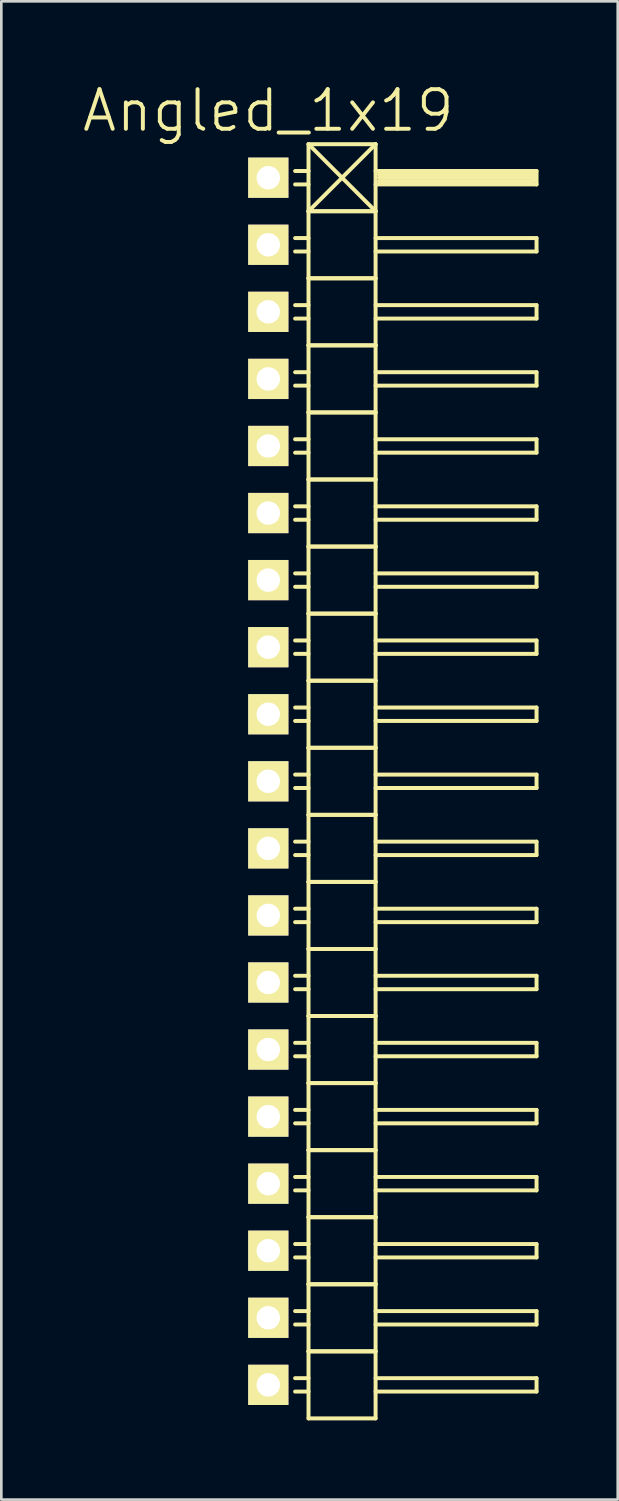
<source format=kicad_pcb>
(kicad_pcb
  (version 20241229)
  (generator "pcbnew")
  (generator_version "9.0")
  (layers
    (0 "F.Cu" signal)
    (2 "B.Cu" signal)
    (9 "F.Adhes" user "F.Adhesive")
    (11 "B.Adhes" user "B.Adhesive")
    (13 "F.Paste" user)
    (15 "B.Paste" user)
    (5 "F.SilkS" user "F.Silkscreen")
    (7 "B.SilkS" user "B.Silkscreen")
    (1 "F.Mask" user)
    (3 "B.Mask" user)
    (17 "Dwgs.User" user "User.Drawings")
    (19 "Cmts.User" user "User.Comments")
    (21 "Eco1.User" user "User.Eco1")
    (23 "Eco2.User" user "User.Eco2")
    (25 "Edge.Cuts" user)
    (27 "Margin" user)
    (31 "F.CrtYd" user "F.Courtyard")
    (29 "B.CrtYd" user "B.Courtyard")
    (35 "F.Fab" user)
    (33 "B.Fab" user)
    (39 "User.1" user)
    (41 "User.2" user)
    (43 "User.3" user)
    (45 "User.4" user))
  (footprint "Angled_1x19"
    (layer "F.Cu")
    (at 7.111 26.541)
    (property "Reference" "Angled_1x19" (at 0 -25.4 0) (layer "F.SilkS") (effects (font (size 1.5 1.5) (thickness 0.15))))
    (attr through_hole)
    (fp_line (start 1.524 -24.13) (end 1.524 -21.59) (stroke (width 0.15) (type solid)) (layer "F.SilkS"))
    (fp_line (start 1.524 -24.13) (end 4.064 -24.13) (stroke (width 0.15) (type solid)) (layer "F.SilkS"))
    (fp_line (start 1.524 -23.114) (end 1.016 -23.114) (stroke (width 0.15) (type solid)) (layer "F.SilkS"))
    (fp_line (start 1.524 -22.606) (end 1.016 -22.606) (stroke (width 0.15) (type solid)) (layer "F.SilkS"))
    (fp_line (start 1.524 -21.59) (end 1.524 -19.05) (stroke (width 0.15) (type solid)) (layer "F.SilkS"))
    (fp_line (start 1.524 -21.59) (end 4.064 -21.59) (stroke (width 0.15) (type solid)) (layer "F.SilkS"))
    (fp_line (start 1.524 -21.59) (end 4.064 -21.59) (stroke (width 0.15) (type solid)) (layer "F.SilkS"))
    (fp_line (start 1.524 -20.574) (end 1.016 -20.574) (stroke (width 0.15) (type solid)) (layer "F.SilkS"))
    (fp_line (start 1.524 -20.066) (end 1.016 -20.066) (stroke (width 0.15) (type solid)) (layer "F.SilkS"))
    (fp_line (start 1.524 -19.05) (end 1.524 -16.51) (stroke (width 0.15) (type solid)) (layer "F.SilkS"))
    (fp_line (start 1.524 -19.05) (end 4.064 -19.05) (stroke (width 0.15) (type solid)) (layer "F.SilkS"))
    (fp_line (start 1.524 -19.05) (end 4.064 -19.05) (stroke (width 0.15) (type solid)) (layer "F.SilkS"))
    (fp_line (start 1.524 -18.034) (end 1.016 -18.034) (stroke (width 0.15) (type solid)) (layer "F.SilkS"))
    (fp_line (start 1.524 -17.526) (end 1.016 -17.526) (stroke (width 0.15) (type solid)) (layer "F.SilkS"))
    (fp_line (start 1.524 -16.51) (end 1.524 -13.97) (stroke (width 0.15) (type solid)) (layer "F.SilkS"))
    (fp_line (start 1.524 -16.51) (end 4.064 -16.51) (stroke (width 0.15) (type solid)) (layer "F.SilkS"))
    (fp_line (start 1.524 -16.51) (end 4.064 -16.51) (stroke (width 0.15) (type solid)) (layer "F.SilkS"))
    (fp_line (start 1.524 -15.494) (end 1.016 -15.494) (stroke (width 0.15) (type solid)) (layer "F.SilkS"))
    (fp_line (start 1.524 -14.986) (end 1.016 -14.986) (stroke (width 0.15) (type solid)) (layer "F.SilkS"))
    (fp_line (start 1.524 -13.97) (end 1.524 -11.43) (stroke (width 0.15) (type solid)) (layer "F.SilkS"))
    (fp_line (start 1.524 -13.97) (end 4.064 -13.97) (stroke (width 0.15) (type solid)) (layer "F.SilkS"))
    (fp_line (start 1.524 -13.97) (end 4.064 -13.97) (stroke (width 0.15) (type solid)) (layer "F.SilkS"))
    (fp_line (start 1.524 -12.954) (end 1.016 -12.954) (stroke (width 0.15) (type solid)) (layer "F.SilkS"))
    (fp_line (start 1.524 -12.446) (end 1.016 -12.446) (stroke (width 0.15) (type solid)) (layer "F.SilkS"))
    (fp_line (start 1.524 -11.43) (end 1.524 -8.89) (stroke (width 0.15) (type solid)) (layer "F.SilkS"))
    (fp_line (start 1.524 -11.43) (end 4.064 -11.43) (stroke (width 0.15) (type solid)) (layer "F.SilkS"))
    (fp_line (start 1.524 -11.43) (end 4.064 -11.43) (stroke (width 0.15) (type solid)) (layer "F.SilkS"))
    (fp_line (start 1.524 -10.414) (end 1.016 -10.414) (stroke (width 0.15) (type solid)) (layer "F.SilkS"))
    (fp_line (start 1.524 -9.906) (end 1.016 -9.906) (stroke (width 0.15) (type solid)) (layer "F.SilkS"))
    (fp_line (start 1.524 -8.89) (end 1.524 -6.35) (stroke (width 0.15) (type solid)) (layer "F.SilkS"))
    (fp_line (start 1.524 -8.89) (end 4.064 -8.89) (stroke (width 0.15) (type solid)) (layer "F.SilkS"))
    (fp_line (start 1.524 -8.89) (end 4.064 -8.89) (stroke (width 0.15) (type solid)) (layer "F.SilkS"))
    (fp_line (start 1.524 -7.874) (end 1.016 -7.874) (stroke (width 0.15) (type solid)) (layer "F.SilkS"))
    (fp_line (start 1.524 -7.366) (end 1.016 -7.366) (stroke (width 0.15) (type solid)) (layer "F.SilkS"))
    (fp_line (start 1.524 -6.35) (end 1.524 -3.81) (stroke (width 0.15) (type solid)) (layer "F.SilkS"))
    (fp_line (start 1.524 -6.35) (end 4.064 -6.35) (stroke (width 0.15) (type solid)) (layer "F.SilkS"))
    (fp_line (start 1.524 -6.35) (end 4.064 -6.35) (stroke (width 0.15) (type solid)) (layer "F.SilkS"))
    (fp_line (start 1.524 -5.334) (end 1.016 -5.334) (stroke (width 0.15) (type solid)) (layer "F.SilkS"))
    (fp_line (start 1.524 -4.826) (end 1.016 -4.826) (stroke (width 0.15) (type solid)) (layer "F.SilkS"))
    (fp_line (start 1.524 -3.81) (end 1.524 -1.27) (stroke (width 0.15) (type solid)) (layer "F.SilkS"))
    (fp_line (start 1.524 -3.81) (end 4.064 -3.81) (stroke (width 0.15) (type solid)) (layer "F.SilkS"))
    (fp_line (start 1.524 -3.81) (end 4.064 -3.81) (stroke (width 0.15) (type solid)) (layer "F.SilkS"))
    (fp_line (start 1.524 -2.794) (end 1.016 -2.794) (stroke (width 0.15) (type solid)) (layer "F.SilkS"))
    (fp_line (start 1.524 -2.286) (end 1.016 -2.286) (stroke (width 0.15) (type solid)) (layer "F.SilkS"))
    (fp_line (start 1.524 -1.27) (end 1.524 1.27) (stroke (width 0.15) (type solid)) (layer "F.SilkS"))
    (fp_line (start 1.524 -1.27) (end 4.064 -1.27) (stroke (width 0.15) (type solid)) (layer "F.SilkS"))
    (fp_line (start 1.524 -1.27) (end 4.064 -1.27) (stroke (width 0.15) (type solid)) (layer "F.SilkS"))
    (fp_line (start 1.524 -0.254) (end 1.016 -0.254) (stroke (width 0.15) (type solid)) (layer "F.SilkS"))
    (fp_line (start 1.524 0.254) (end 1.016 0.254) (stroke (width 0.15) (type solid)) (layer "F.SilkS"))
    (fp_line (start 1.524 1.27) (end 1.524 3.81) (stroke (width 0.15) (type solid)) (layer "F.SilkS"))
    (fp_line (start 1.524 1.27) (end 4.064 1.27) (stroke (width 0.15) (type solid)) (layer "F.SilkS"))
    (fp_line (start 1.524 1.27) (end 4.064 1.27) (stroke (width 0.15) (type solid)) (layer "F.SilkS"))
    (fp_line (start 1.524 2.286) (end 1.016 2.286) (stroke (width 0.15) (type solid)) (layer "F.SilkS"))
    (fp_line (start 1.524 2.794) (end 1.016 2.794) (stroke (width 0.15) (type solid)) (layer "F.SilkS"))
    (fp_line (start 1.524 3.81) (end 1.524 6.35) (stroke (width 0.15) (type solid)) (layer "F.SilkS"))
    (fp_line (start 1.524 3.81) (end 4.064 3.81) (stroke (width 0.15) (type solid)) (layer "F.SilkS"))
    (fp_line (start 1.524 3.81) (end 4.064 3.81) (stroke (width 0.15) (type solid)) (layer "F.SilkS"))
    (fp_line (start 1.524 4.826) (end 1.016 4.826) (stroke (width 0.15) (type solid)) (layer "F.SilkS"))
    (fp_line (start 1.524 5.334) (end 1.016 5.334) (stroke (width 0.15) (type solid)) (layer "F.SilkS"))
    (fp_line (start 1.524 6.35) (end 1.524 8.89) (stroke (width 0.15) (type solid)) (layer "F.SilkS"))
    (fp_line (start 1.524 6.35) (end 4.064 6.35) (stroke (width 0.15) (type solid)) (layer "F.SilkS"))
    (fp_line (start 1.524 6.35) (end 4.064 6.35) (stroke (width 0.15) (type solid)) (layer "F.SilkS"))
    (fp_line (start 1.524 7.366) (end 1.016 7.366) (stroke (width 0.15) (type solid)) (layer "F.SilkS"))
    (fp_line (start 1.524 7.874) (end 1.016 7.874) (stroke (width 0.15) (type solid)) (layer "F.SilkS"))
    (fp_line (start 1.524 8.89) (end 1.524 11.43) (stroke (width 0.15) (type solid)) (layer "F.SilkS"))
    (fp_line (start 1.524 8.89) (end 4.064 8.89) (stroke (width 0.15) (type solid)) (layer "F.SilkS"))
    (fp_line (start 1.524 8.89) (end 4.064 8.89) (stroke (width 0.15) (type solid)) (layer "F.SilkS"))
    (fp_line (start 1.524 9.906) (end 1.016 9.906) (stroke (width 0.15) (type solid)) (layer "F.SilkS"))
    (fp_line (start 1.524 10.414) (end 1.016 10.414) (stroke (width 0.15) (type solid)) (layer "F.SilkS"))
    (fp_line (start 1.524 11.43) (end 1.524 13.97) (stroke (width 0.15) (type solid)) (layer "F.SilkS"))
    (fp_line (start 1.524 11.43) (end 4.064 11.43) (stroke (width 0.15) (type solid)) (layer "F.SilkS"))
    (fp_line (start 1.524 11.43) (end 4.064 11.43) (stroke (width 0.15) (type solid)) (layer "F.SilkS"))
    (fp_line (start 1.524 12.446) (end 1.016 12.446) (stroke (width 0.15) (type solid)) (layer "F.SilkS"))
    (fp_line (start 1.524 12.954) (end 1.016 12.954) (stroke (width 0.15) (type solid)) (layer "F.SilkS"))
    (fp_line (start 1.524 13.97) (end 1.524 16.51) (stroke (width 0.15) (type solid)) (layer "F.SilkS"))
    (fp_line (start 1.524 13.97) (end 4.064 13.97) (stroke (width 0.15) (type solid)) (layer "F.SilkS"))
    (fp_line (start 1.524 13.97) (end 4.064 13.97) (stroke (width 0.15) (type solid)) (layer "F.SilkS"))
    (fp_line (start 1.524 14.986) (end 1.016 14.986) (stroke (width 0.15) (type solid)) (layer "F.SilkS"))
    (fp_line (start 1.524 15.494) (end 1.016 15.494) (stroke (width 0.15) (type solid)) (layer "F.SilkS"))
    (fp_line (start 1.524 16.51) (end 1.524 19.05) (stroke (width 0.15) (type solid)) (layer "F.SilkS"))
    (fp_line (start 1.524 16.51) (end 4.064 16.51) (stroke (width 0.15) (type solid)) (layer "F.SilkS"))
    (fp_line (start 1.524 16.51) (end 4.064 16.51) (stroke (width 0.15) (type solid)) (layer "F.SilkS"))
    (fp_line (start 1.524 17.526) (end 1.016 17.526) (stroke (width 0.15) (type solid)) (layer "F.SilkS"))
    (fp_line (start 1.524 18.034) (end 1.016 18.034) (stroke (width 0.15) (type solid)) (layer "F.SilkS"))
    (fp_line (start 1.524 19.05) (end 1.524 21.59) (stroke (width 0.15) (type solid)) (layer "F.SilkS"))
    (fp_line (start 1.524 19.05) (end 4.064 19.05) (stroke (width 0.15) (type solid)) (layer "F.SilkS"))
    (fp_line (start 1.524 19.05) (end 4.064 19.05) (stroke (width 0.15) (type solid)) (layer "F.SilkS"))
    (fp_line (start 1.524 20.066) (end 1.016 20.066) (stroke (width 0.15) (type solid)) (layer "F.SilkS"))
    (fp_line (start 1.524 20.574) (end 1.016 20.574) (stroke (width 0.15) (type solid)) (layer "F.SilkS"))
    (fp_line (start 1.524 21.59) (end 1.524 24.13) (stroke (width 0.15) (type solid)) (layer "F.SilkS"))
    (fp_line (start 1.524 21.59) (end 4.064 21.59) (stroke (width 0.15) (type solid)) (layer "F.SilkS"))
    (fp_line (start 1.524 21.59) (end 4.064 21.59) (stroke (width 0.15) (type solid)) (layer "F.SilkS"))
    (fp_line (start 1.524 22.606) (end 1.016 22.606) (stroke (width 0.15) (type solid)) (layer "F.SilkS"))
    (fp_line (start 1.524 23.114) (end 1.016 23.114) (stroke (width 0.15) (type solid)) (layer "F.SilkS"))
    (fp_line (start 1.524 24.13) (end 4.064 24.13) (stroke (width 0.15) (type solid)) (layer "F.SilkS"))
    (fp_line (start 4.064 -24.13) (end 1.524 -21.59) (stroke (width 0.15) (type solid)) (layer "F.SilkS"))
    (fp_line (start 4.064 -23.114) (end 10.16 -23.114) (stroke (width 0.15) (type solid)) (layer "F.SilkS"))
    (fp_line (start 4.064 -21.59) (end 1.524 -24.13) (stroke (width 0.15) (type solid)) (layer "F.SilkS"))
    (fp_line (start 4.064 -21.59) (end 4.064 -24.13) (stroke (width 0.15) (type solid)) (layer "F.SilkS"))
    (fp_line (start 4.064 -20.574) (end 10.16 -20.574) (stroke (width 0.15) (type solid)) (layer "F.SilkS"))
    (fp_line (start 4.064 -19.05) (end 4.064 -21.59) (stroke (width 0.15) (type solid)) (layer "F.SilkS"))
    (fp_line (start 4.064 -18.034) (end 10.16 -18.034) (stroke (width 0.15) (type solid)) (layer "F.SilkS"))
    (fp_line (start 4.064 -16.51) (end 4.064 -19.05) (stroke (width 0.15) (type solid)) (layer "F.SilkS"))
    (fp_line (start 4.064 -15.494) (end 10.16 -15.494) (stroke (width 0.15) (type solid)) (layer "F.SilkS"))
    (fp_line (start 4.064 -13.97) (end 4.064 -16.51) (stroke (width 0.15) (type solid)) (layer "F.SilkS"))
    (fp_line (start 4.064 -12.954) (end 10.16 -12.954) (stroke (width 0.15) (type solid)) (layer "F.SilkS"))
    (fp_line (start 4.064 -11.43) (end 4.064 -13.97) (stroke (width 0.15) (type solid)) (layer "F.SilkS"))
    (fp_line (start 4.064 -10.414) (end 10.16 -10.414) (stroke (width 0.15) (type solid)) (layer "F.SilkS"))
    (fp_line (start 4.064 -8.89) (end 4.064 -11.43) (stroke (width 0.15) (type solid)) (layer "F.SilkS"))
    (fp_line (start 4.064 -7.874) (end 10.16 -7.874) (stroke (width 0.15) (type solid)) (layer "F.SilkS"))
    (fp_line (start 4.064 -6.35) (end 4.064 -8.89) (stroke (width 0.15) (type solid)) (layer "F.SilkS"))
    (fp_line (start 4.064 -5.334) (end 10.16 -5.334) (stroke (width 0.15) (type solid)) (layer "F.SilkS"))
    (fp_line (start 4.064 -3.81) (end 4.064 -6.35) (stroke (width 0.15) (type solid)) (layer "F.SilkS"))
    (fp_line (start 4.064 -2.794) (end 10.16 -2.794) (stroke (width 0.15) (type solid)) (layer "F.SilkS"))
    (fp_line (start 4.064 -1.27) (end 4.064 -3.81) (stroke (width 0.15) (type solid)) (layer "F.SilkS"))
    (fp_line (start 4.064 -0.254) (end 10.16 -0.254) (stroke (width 0.15) (type solid)) (layer "F.SilkS"))
    (fp_line (start 4.064 1.27) (end 4.064 -1.27) (stroke (width 0.15) (type solid)) (layer "F.SilkS"))
    (fp_line (start 4.064 2.286) (end 10.16 2.286) (stroke (width 0.15) (type solid)) (layer "F.SilkS"))
    (fp_line (start 4.064 3.81) (end 4.064 1.27) (stroke (width 0.15) (type solid)) (layer "F.SilkS"))
    (fp_line (start 4.064 4.826) (end 10.16 4.826) (stroke (width 0.15) (type solid)) (layer "F.SilkS"))
    (fp_line (start 4.064 6.35) (end 4.064 3.81) (stroke (width 0.15) (type solid)) (layer "F.SilkS"))
    (fp_line (start 4.064 7.366) (end 10.16 7.366) (stroke (width 0.15) (type solid)) (layer "F.SilkS"))
    (fp_line (start 4.064 8.89) (end 4.064 6.35) (stroke (width 0.15) (type solid)) (layer "F.SilkS"))
    (fp_line (start 4.064 9.906) (end 10.16 9.906) (stroke (width 0.15) (type solid)) (layer "F.SilkS"))
    (fp_line (start 4.064 11.43) (end 4.064 8.89) (stroke (width 0.15) (type solid)) (layer "F.SilkS"))
    (fp_line (start 4.064 12.446) (end 10.16 12.446) (stroke (width 0.15) (type solid)) (layer "F.SilkS"))
    (fp_line (start 4.064 13.97) (end 4.064 11.43) (stroke (width 0.15) (type solid)) (layer "F.SilkS"))
    (fp_line (start 4.064 14.986) (end 10.16 14.986) (stroke (width 0.15) (type solid)) (layer "F.SilkS"))
    (fp_line (start 4.064 16.51) (end 4.064 13.97) (stroke (width 0.15) (type solid)) (layer "F.SilkS"))
    (fp_line (start 4.064 17.526) (end 10.16 17.526) (stroke (width 0.15) (type solid)) (layer "F.SilkS"))
    (fp_line (start 4.064 19.05) (end 4.064 16.51) (stroke (width 0.15) (type solid)) (layer "F.SilkS"))
    (fp_line (start 4.064 20.066) (end 10.16 20.066) (stroke (width 0.15) (type solid)) (layer "F.SilkS"))
    (fp_line (start 4.064 21.59) (end 4.064 19.05) (stroke (width 0.15) (type solid)) (layer "F.SilkS"))
    (fp_line (start 4.064 22.606) (end 10.16 22.606) (stroke (width 0.15) (type solid)) (layer "F.SilkS"))
    (fp_line (start 4.064 24.13) (end 4.064 21.59) (stroke (width 0.15) (type solid)) (layer "F.SilkS"))
    (fp_line (start 4.191 -22.987) (end 10.033 -22.987) (stroke (width 0.15) (type solid)) (layer "F.SilkS"))
    (fp_line (start 4.191 -22.86) (end 10.033 -22.86) (stroke (width 0.15) (type solid)) (layer "F.SilkS"))
    (fp_line (start 10.033 -22.987) (end 10.033 -22.733) (stroke (width 0.15) (type solid)) (layer "F.SilkS"))
    (fp_line (start 10.033 -22.733) (end 4.191 -22.733) (stroke (width 0.15) (type solid)) (layer "F.SilkS"))
    (fp_line (start 10.16 -23.114) (end 10.16 -22.606) (stroke (width 0.15) (type solid)) (layer "F.SilkS"))
    (fp_line (start 10.16 -22.606) (end 4.064 -22.606) (stroke (width 0.15) (type solid)) (layer "F.SilkS"))
    (fp_line (start 10.16 -20.574) (end 10.16 -20.066) (stroke (width 0.15) (type solid)) (layer "F.SilkS"))
    (fp_line (start 10.16 -20.066) (end 4.064 -20.066) (stroke (width 0.15) (type solid)) (layer "F.SilkS"))
    (fp_line (start 10.16 -18.034) (end 10.16 -17.526) (stroke (width 0.15) (type solid)) (layer "F.SilkS"))
    (fp_line (start 10.16 -17.526) (end 4.064 -17.526) (stroke (width 0.15) (type solid)) (layer "F.SilkS"))
    (fp_line (start 10.16 -15.494) (end 10.16 -14.986) (stroke (width 0.15) (type solid)) (layer "F.SilkS"))
    (fp_line (start 10.16 -14.986) (end 4.064 -14.986) (stroke (width 0.15) (type solid)) (layer "F.SilkS"))
    (fp_line (start 10.16 -12.954) (end 10.16 -12.446) (stroke (width 0.15) (type solid)) (layer "F.SilkS"))
    (fp_line (start 10.16 -12.446) (end 4.064 -12.446) (stroke (width 0.15) (type solid)) (layer "F.SilkS"))
    (fp_line (start 10.16 -10.414) (end 10.16 -9.906) (stroke (width 0.15) (type solid)) (layer "F.SilkS"))
    (fp_line (start 10.16 -9.906) (end 4.064 -9.906) (stroke (width 0.15) (type solid)) (layer "F.SilkS"))
    (fp_line (start 10.16 -7.874) (end 10.16 -7.366) (stroke (width 0.15) (type solid)) (layer "F.SilkS"))
    (fp_line (start 10.16 -7.366) (end 4.064 -7.366) (stroke (width 0.15) (type solid)) (layer "F.SilkS"))
    (fp_line (start 10.16 -5.334) (end 10.16 -4.826) (stroke (width 0.15) (type solid)) (layer "F.SilkS"))
    (fp_line (start 10.16 -4.826) (end 4.064 -4.826) (stroke (width 0.15) (type solid)) (layer "F.SilkS"))
    (fp_line (start 10.16 -2.794) (end 10.16 -2.286) (stroke (width 0.15) (type solid)) (layer "F.SilkS"))
    (fp_line (start 10.16 -2.286) (end 4.064 -2.286) (stroke (width 0.15) (type solid)) (layer "F.SilkS"))
    (fp_line (start 10.16 -0.254) (end 10.16 0.254) (stroke (width 0.15) (type solid)) (layer "F.SilkS"))
    (fp_line (start 10.16 0.254) (end 4.064 0.254) (stroke (width 0.15) (type solid)) (layer "F.SilkS"))
    (fp_line (start 10.16 2.286) (end 10.16 2.794) (stroke (width 0.15) (type solid)) (layer "F.SilkS"))
    (fp_line (start 10.16 2.794) (end 4.064 2.794) (stroke (width 0.15) (type solid)) (layer "F.SilkS"))
    (fp_line (start 10.16 4.826) (end 10.16 5.334) (stroke (width 0.15) (type solid)) (layer "F.SilkS"))
    (fp_line (start 10.16 5.334) (end 4.064 5.334) (stroke (width 0.15) (type solid)) (layer "F.SilkS"))
    (fp_line (start 10.16 7.366) (end 10.16 7.874) (stroke (width 0.15) (type solid)) (layer "F.SilkS"))
    (fp_line (start 10.16 7.874) (end 4.064 7.874) (stroke (width 0.15) (type solid)) (layer "F.SilkS"))
    (fp_line (start 10.16 9.906) (end 10.16 10.414) (stroke (width 0.15) (type solid)) (layer "F.SilkS"))
    (fp_line (start 10.16 10.414) (end 4.064 10.414) (stroke (width 0.15) (type solid)) (layer "F.SilkS"))
    (fp_line (start 10.16 12.446) (end 10.16 12.954) (stroke (width 0.15) (type solid)) (layer "F.SilkS"))
    (fp_line (start 10.16 12.954) (end 4.064 12.954) (stroke (width 0.15) (type solid)) (layer "F.SilkS"))
    (fp_line (start 10.16 14.986) (end 10.16 15.494) (stroke (width 0.15) (type solid)) (layer "F.SilkS"))
    (fp_line (start 10.16 15.494) (end 4.064 15.494) (stroke (width 0.15) (type solid)) (layer "F.SilkS"))
    (fp_line (start 10.16 17.526) (end 10.16 18.034) (stroke (width 0.15) (type solid)) (layer "F.SilkS"))
    (fp_line (start 10.16 18.034) (end 4.064 18.034) (stroke (width 0.15) (type solid)) (layer "F.SilkS"))
    (fp_line (start 10.16 20.066) (end 10.16 20.574) (stroke (width 0.15) (type solid)) (layer "F.SilkS"))
    (fp_line (start 10.16 20.574) (end 4.064 20.574) (stroke (width 0.15) (type solid)) (layer "F.SilkS"))
    (fp_line (start 10.16 22.606) (end 10.16 23.114) (stroke (width 0.15) (type solid)) (layer "F.SilkS"))
    (fp_line (start 10.16 23.114) (end 4.064 23.114) (stroke (width 0.15) (type solid)) (layer "F.SilkS"))
    (pad "1" thru_hole rect (at 0 -22.86) (size 1.524 1.524) (drill 0.889) (layers "*.Cu" "*.Mask" "F.SilkS"))
    (pad "2" thru_hole rect (at 0 -20.32) (size 1.524 1.524) (drill 0.889) (layers "*.Cu" "*.Mask" "F.SilkS"))
    (pad "3" thru_hole rect (at 0 -17.78) (size 1.524 1.524) (drill 0.889) (layers "*.Cu" "*.Mask" "F.SilkS"))
    (pad "4" thru_hole rect (at 0 -15.24) (size 1.524 1.524) (drill 0.889) (layers "*.Cu" "*.Mask" "F.SilkS"))
    (pad "5" thru_hole rect (at 0 -12.7) (size 1.524 1.524) (drill 0.889) (layers "*.Cu" "*.Mask" "F.SilkS"))
    (pad "6" thru_hole rect (at 0 -10.16) (size 1.524 1.524) (drill 0.889) (layers "*.Cu" "*.Mask" "F.SilkS"))
    (pad "7" thru_hole rect (at 0 -7.62) (size 1.524 1.524) (drill 0.889) (layers "*.Cu" "*.Mask" "F.SilkS"))
    (pad "8" thru_hole rect (at 0 -5.08) (size 1.524 1.524) (drill 0.889) (layers "*.Cu" "*.Mask" "F.SilkS"))
    (pad "9" thru_hole rect (at 0 -2.54) (size 1.524 1.524) (drill 0.889) (layers "*.Cu" "*.Mask" "F.SilkS"))
    (pad "10" thru_hole rect (at 0 0) (size 1.524 1.524) (drill 0.889) (layers "*.Cu" "*.Mask" "F.SilkS"))
    (pad "11" thru_hole rect (at 0 2.54) (size 1.524 1.524) (drill 0.889) (layers "*.Cu" "*.Mask" "F.SilkS"))
    (pad "12" thru_hole rect (at 0 5.08) (size 1.524 1.524) (drill 0.889) (layers "*.Cu" "*.Mask" "F.SilkS"))
    (pad "13" thru_hole rect (at 0 7.62) (size 1.524 1.524) (drill 0.889) (layers "*.Cu" "*.Mask" "F.SilkS"))
    (pad "14" thru_hole rect (at 0 10.16) (size 1.524 1.524) (drill 0.889) (layers "*.Cu" "*.Mask" "F.SilkS"))
    (pad "15" thru_hole rect (at 0 12.7) (size 1.524 1.524) (drill 0.889) (layers "*.Cu" "*.Mask" "F.SilkS"))
    (pad "16" thru_hole rect (at 0 15.24) (size 1.524 1.524) (drill 0.889) (layers "*.Cu" "*.Mask" "F.SilkS"))
    (pad "17" thru_hole rect (at 0 17.78) (size 1.524 1.524) (drill 0.889) (layers "*.Cu" "*.Mask" "F.SilkS"))
    (pad "18" thru_hole rect (at 0 20.32) (size 1.524 1.524) (drill 0.889) (layers "*.Cu" "*.Mask" "F.SilkS"))
    (pad "19" thru_hole rect (at 0 22.86) (size 1.524 1.524) (drill 0.889) (layers "*.Cu" "*.Mask" "F.SilkS")))
  (gr_rect
    (start -3 -3)
    (end 20.346 53.746)
    (stroke (width 0.1) (type default))
    (fill no)
    (layer "Edge.Cuts")))
</source>
